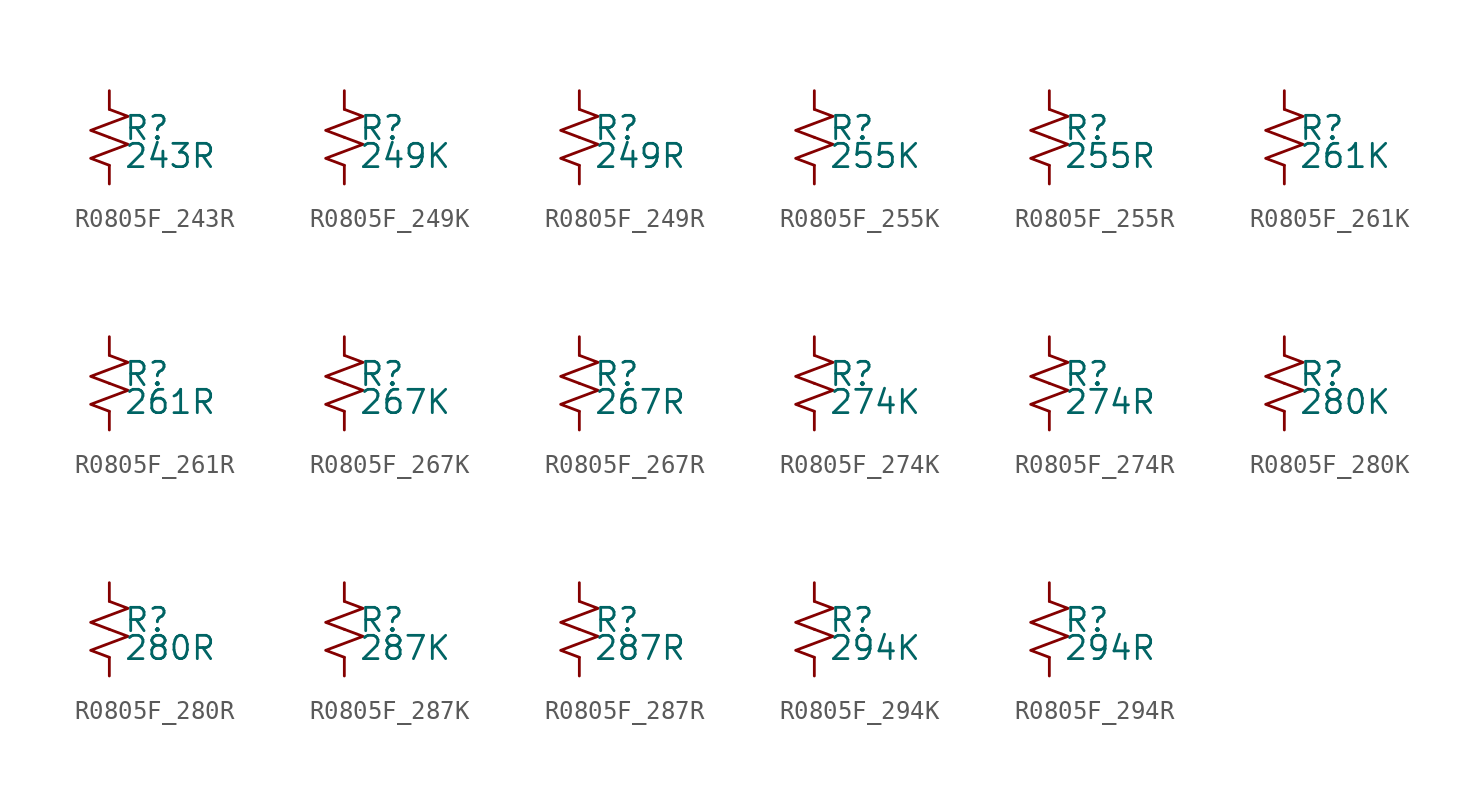
<source format=kicad_sym>
(kicad_symbol_lib
  (version 20220914)
  (generator kicad_symbol_editor)
  (symbol "R0805F_243R"
    (pin_numbers hide)
    (pin_names
      (offset 0.254) hide)
    (property "Reference" "R"
      (at 0.762 0.508 0)
      (effects (font (size 1.27 1.27)) (justify left)))
    (property "Value" "243R"
      (at 0.762 -1.016 0)
      (effects (font (size 1.27 1.27)) (justify left)))
    (symbol "R0805F_243R_1_1"
      (polyline (pts (xy 0 0) (xy 1.016 -0.381) (xy 0 -0.762) (xy -1.016 -1.143) (xy 0 -1.524)) (stroke (width 0) (type default)) (fill (type none)))
      (polyline (pts (xy 0 1.524) (xy 1.016 1.143) (xy 0 0.762) (xy -1.016 0.381) (xy 0 0)) (stroke (width 0) (type default)) (fill (type none)))
      (pin passive line (at 0 2.54 270) (length 1.016) (name "~" (effects (font (size 1.27 1.27)))) (number "1" (effects (font (size 1.27 1.27)))))
      (pin passive line (at 0 -2.54 90) (length 1.016) (name "~" (effects (font (size 1.27 1.27)))) (number "2" (effects (font (size 1.27 1.27)))))))
  (symbol "R0805F_249K"
    (pin_numbers hide)
    (pin_names
      (offset 0.254) hide)
    (property "Reference" "R"
      (at 0.762 0.508 0)
      (effects (font (size 1.27 1.27)) (justify left)))
    (property "Value" "249K"
      (at 0.762 -1.016 0)
      (effects (font (size 1.27 1.27)) (justify left)))
    (symbol "R0805F_249K_1_1"
      (polyline (pts (xy 0 0) (xy 1.016 -0.381) (xy 0 -0.762) (xy -1.016 -1.143) (xy 0 -1.524)) (stroke (width 0) (type default)) (fill (type none)))
      (polyline (pts (xy 0 1.524) (xy 1.016 1.143) (xy 0 0.762) (xy -1.016 0.381) (xy 0 0)) (stroke (width 0) (type default)) (fill (type none)))
      (pin passive line (at 0 2.54 270) (length 1.016) (name "~" (effects (font (size 1.27 1.27)))) (number "1" (effects (font (size 1.27 1.27)))))
      (pin passive line (at 0 -2.54 90) (length 1.016) (name "~" (effects (font (size 1.27 1.27)))) (number "2" (effects (font (size 1.27 1.27)))))))
  (symbol "R0805F_249R"
    (pin_numbers hide)
    (pin_names
      (offset 0.254) hide)
    (property "Reference" "R"
      (at 0.762 0.508 0)
      (effects (font (size 1.27 1.27)) (justify left)))
    (property "Value" "249R"
      (at 0.762 -1.016 0)
      (effects (font (size 1.27 1.27)) (justify left)))
    (symbol "R0805F_249R_1_1"
      (polyline (pts (xy 0 0) (xy 1.016 -0.381) (xy 0 -0.762) (xy -1.016 -1.143) (xy 0 -1.524)) (stroke (width 0) (type default)) (fill (type none)))
      (polyline (pts (xy 0 1.524) (xy 1.016 1.143) (xy 0 0.762) (xy -1.016 0.381) (xy 0 0)) (stroke (width 0) (type default)) (fill (type none)))
      (pin passive line (at 0 2.54 270) (length 1.016) (name "~" (effects (font (size 1.27 1.27)))) (number "1" (effects (font (size 1.27 1.27)))))
      (pin passive line (at 0 -2.54 90) (length 1.016) (name "~" (effects (font (size 1.27 1.27)))) (number "2" (effects (font (size 1.27 1.27)))))))
  (symbol "R0805F_255K"
    (pin_numbers hide)
    (pin_names
      (offset 0.254) hide)
    (property "Reference" "R"
      (at 0.762 0.508 0)
      (effects (font (size 1.27 1.27)) (justify left)))
    (property "Value" "255K"
      (at 0.762 -1.016 0)
      (effects (font (size 1.27 1.27)) (justify left)))
    (symbol "R0805F_255K_1_1"
      (polyline (pts (xy 0 0) (xy 1.016 -0.381) (xy 0 -0.762) (xy -1.016 -1.143) (xy 0 -1.524)) (stroke (width 0) (type default)) (fill (type none)))
      (polyline (pts (xy 0 1.524) (xy 1.016 1.143) (xy 0 0.762) (xy -1.016 0.381) (xy 0 0)) (stroke (width 0) (type default)) (fill (type none)))
      (pin passive line (at 0 2.54 270) (length 1.016) (name "~" (effects (font (size 1.27 1.27)))) (number "1" (effects (font (size 1.27 1.27)))))
      (pin passive line (at 0 -2.54 90) (length 1.016) (name "~" (effects (font (size 1.27 1.27)))) (number "2" (effects (font (size 1.27 1.27)))))))
  (symbol "R0805F_255R"
    (pin_numbers hide)
    (pin_names
      (offset 0.254) hide)
    (property "Reference" "R"
      (at 0.762 0.508 0)
      (effects (font (size 1.27 1.27)) (justify left)))
    (property "Value" "255R"
      (at 0.762 -1.016 0)
      (effects (font (size 1.27 1.27)) (justify left)))
    (symbol "R0805F_255R_1_1"
      (polyline (pts (xy 0 0) (xy 1.016 -0.381) (xy 0 -0.762) (xy -1.016 -1.143) (xy 0 -1.524)) (stroke (width 0) (type default)) (fill (type none)))
      (polyline (pts (xy 0 1.524) (xy 1.016 1.143) (xy 0 0.762) (xy -1.016 0.381) (xy 0 0)) (stroke (width 0) (type default)) (fill (type none)))
      (pin passive line (at 0 2.54 270) (length 1.016) (name "~" (effects (font (size 1.27 1.27)))) (number "1" (effects (font (size 1.27 1.27)))))
      (pin passive line (at 0 -2.54 90) (length 1.016) (name "~" (effects (font (size 1.27 1.27)))) (number "2" (effects (font (size 1.27 1.27)))))))
  (symbol "R0805F_261K"
    (pin_numbers hide)
    (pin_names
      (offset 0.254) hide)
    (property "Reference" "R"
      (at 0.762 0.508 0)
      (effects (font (size 1.27 1.27)) (justify left)))
    (property "Value" "261K"
      (at 0.762 -1.016 0)
      (effects (font (size 1.27 1.27)) (justify left)))
    (symbol "R0805F_261K_1_1"
      (polyline (pts (xy 0 0) (xy 1.016 -0.381) (xy 0 -0.762) (xy -1.016 -1.143) (xy 0 -1.524)) (stroke (width 0) (type default)) (fill (type none)))
      (polyline (pts (xy 0 1.524) (xy 1.016 1.143) (xy 0 0.762) (xy -1.016 0.381) (xy 0 0)) (stroke (width 0) (type default)) (fill (type none)))
      (pin passive line (at 0 2.54 270) (length 1.016) (name "~" (effects (font (size 1.27 1.27)))) (number "1" (effects (font (size 1.27 1.27)))))
      (pin passive line (at 0 -2.54 90) (length 1.016) (name "~" (effects (font (size 1.27 1.27)))) (number "2" (effects (font (size 1.27 1.27)))))))
  (symbol "R0805F_261R"
    (pin_numbers hide)
    (pin_names
      (offset 0.254) hide)
    (property "Reference" "R"
      (at 0.762 0.508 0)
      (effects (font (size 1.27 1.27)) (justify left)))
    (property "Value" "261R"
      (at 0.762 -1.016 0)
      (effects (font (size 1.27 1.27)) (justify left)))
    (symbol "R0805F_261R_1_1"
      (polyline (pts (xy 0 0) (xy 1.016 -0.381) (xy 0 -0.762) (xy -1.016 -1.143) (xy 0 -1.524)) (stroke (width 0) (type default)) (fill (type none)))
      (polyline (pts (xy 0 1.524) (xy 1.016 1.143) (xy 0 0.762) (xy -1.016 0.381) (xy 0 0)) (stroke (width 0) (type default)) (fill (type none)))
      (pin passive line (at 0 2.54 270) (length 1.016) (name "~" (effects (font (size 1.27 1.27)))) (number "1" (effects (font (size 1.27 1.27)))))
      (pin passive line (at 0 -2.54 90) (length 1.016) (name "~" (effects (font (size 1.27 1.27)))) (number "2" (effects (font (size 1.27 1.27)))))))
  (symbol "R0805F_267K"
    (pin_numbers hide)
    (pin_names
      (offset 0.254) hide)
    (property "Reference" "R"
      (at 0.762 0.508 0)
      (effects (font (size 1.27 1.27)) (justify left)))
    (property "Value" "267K"
      (at 0.762 -1.016 0)
      (effects (font (size 1.27 1.27)) (justify left)))
    (symbol "R0805F_267K_1_1"
      (polyline (pts (xy 0 0) (xy 1.016 -0.381) (xy 0 -0.762) (xy -1.016 -1.143) (xy 0 -1.524)) (stroke (width 0) (type default)) (fill (type none)))
      (polyline (pts (xy 0 1.524) (xy 1.016 1.143) (xy 0 0.762) (xy -1.016 0.381) (xy 0 0)) (stroke (width 0) (type default)) (fill (type none)))
      (pin passive line (at 0 2.54 270) (length 1.016) (name "~" (effects (font (size 1.27 1.27)))) (number "1" (effects (font (size 1.27 1.27)))))
      (pin passive line (at 0 -2.54 90) (length 1.016) (name "~" (effects (font (size 1.27 1.27)))) (number "2" (effects (font (size 1.27 1.27)))))))
  (symbol "R0805F_267R"
    (pin_numbers hide)
    (pin_names
      (offset 0.254) hide)
    (property "Reference" "R"
      (at 0.762 0.508 0)
      (effects (font (size 1.27 1.27)) (justify left)))
    (property "Value" "267R"
      (at 0.762 -1.016 0)
      (effects (font (size 1.27 1.27)) (justify left)))
    (symbol "R0805F_267R_1_1"
      (polyline (pts (xy 0 0) (xy 1.016 -0.381) (xy 0 -0.762) (xy -1.016 -1.143) (xy 0 -1.524)) (stroke (width 0) (type default)) (fill (type none)))
      (polyline (pts (xy 0 1.524) (xy 1.016 1.143) (xy 0 0.762) (xy -1.016 0.381) (xy 0 0)) (stroke (width 0) (type default)) (fill (type none)))
      (pin passive line (at 0 2.54 270) (length 1.016) (name "~" (effects (font (size 1.27 1.27)))) (number "1" (effects (font (size 1.27 1.27)))))
      (pin passive line (at 0 -2.54 90) (length 1.016) (name "~" (effects (font (size 1.27 1.27)))) (number "2" (effects (font (size 1.27 1.27)))))))
  (symbol "R0805F_274K"
    (pin_numbers hide)
    (pin_names
      (offset 0.254) hide)
    (property "Reference" "R"
      (at 0.762 0.508 0)
      (effects (font (size 1.27 1.27)) (justify left)))
    (property "Value" "274K"
      (at 0.762 -1.016 0)
      (effects (font (size 1.27 1.27)) (justify left)))
    (symbol "R0805F_274K_1_1"
      (polyline (pts (xy 0 0) (xy 1.016 -0.381) (xy 0 -0.762) (xy -1.016 -1.143) (xy 0 -1.524)) (stroke (width 0) (type default)) (fill (type none)))
      (polyline (pts (xy 0 1.524) (xy 1.016 1.143) (xy 0 0.762) (xy -1.016 0.381) (xy 0 0)) (stroke (width 0) (type default)) (fill (type none)))
      (pin passive line (at 0 2.54 270) (length 1.016) (name "~" (effects (font (size 1.27 1.27)))) (number "1" (effects (font (size 1.27 1.27)))))
      (pin passive line (at 0 -2.54 90) (length 1.016) (name "~" (effects (font (size 1.27 1.27)))) (number "2" (effects (font (size 1.27 1.27)))))))
  (symbol "R0805F_274R"
    (pin_numbers hide)
    (pin_names
      (offset 0.254) hide)
    (property "Reference" "R"
      (at 0.762 0.508 0)
      (effects (font (size 1.27 1.27)) (justify left)))
    (property "Value" "274R"
      (at 0.762 -1.016 0)
      (effects (font (size 1.27 1.27)) (justify left)))
    (symbol "R0805F_274R_1_1"
      (polyline (pts (xy 0 0) (xy 1.016 -0.381) (xy 0 -0.762) (xy -1.016 -1.143) (xy 0 -1.524)) (stroke (width 0) (type default)) (fill (type none)))
      (polyline (pts (xy 0 1.524) (xy 1.016 1.143) (xy 0 0.762) (xy -1.016 0.381) (xy 0 0)) (stroke (width 0) (type default)) (fill (type none)))
      (pin passive line (at 0 2.54 270) (length 1.016) (name "~" (effects (font (size 1.27 1.27)))) (number "1" (effects (font (size 1.27 1.27)))))
      (pin passive line (at 0 -2.54 90) (length 1.016) (name "~" (effects (font (size 1.27 1.27)))) (number "2" (effects (font (size 1.27 1.27)))))))
  (symbol "R0805F_280K"
    (pin_numbers hide)
    (pin_names
      (offset 0.254) hide)
    (property "Reference" "R"
      (at 0.762 0.508 0)
      (effects (font (size 1.27 1.27)) (justify left)))
    (property "Value" "280K"
      (at 0.762 -1.016 0)
      (effects (font (size 1.27 1.27)) (justify left)))
    (symbol "R0805F_280K_1_1"
      (polyline (pts (xy 0 0) (xy 1.016 -0.381) (xy 0 -0.762) (xy -1.016 -1.143) (xy 0 -1.524)) (stroke (width 0) (type default)) (fill (type none)))
      (polyline (pts (xy 0 1.524) (xy 1.016 1.143) (xy 0 0.762) (xy -1.016 0.381) (xy 0 0)) (stroke (width 0) (type default)) (fill (type none)))
      (pin passive line (at 0 2.54 270) (length 1.016) (name "~" (effects (font (size 1.27 1.27)))) (number "1" (effects (font (size 1.27 1.27)))))
      (pin passive line (at 0 -2.54 90) (length 1.016) (name "~" (effects (font (size 1.27 1.27)))) (number "2" (effects (font (size 1.27 1.27)))))))
  (symbol "R0805F_280R"
    (pin_numbers hide)
    (pin_names
      (offset 0.254) hide)
    (property "Reference" "R"
      (at 0.762 0.508 0)
      (effects (font (size 1.27 1.27)) (justify left)))
    (property "Value" "280R"
      (at 0.762 -1.016 0)
      (effects (font (size 1.27 1.27)) (justify left)))
    (symbol "R0805F_280R_1_1"
      (polyline (pts (xy 0 0) (xy 1.016 -0.381) (xy 0 -0.762) (xy -1.016 -1.143) (xy 0 -1.524)) (stroke (width 0) (type default)) (fill (type none)))
      (polyline (pts (xy 0 1.524) (xy 1.016 1.143) (xy 0 0.762) (xy -1.016 0.381) (xy 0 0)) (stroke (width 0) (type default)) (fill (type none)))
      (pin passive line (at 0 2.54 270) (length 1.016) (name "~" (effects (font (size 1.27 1.27)))) (number "1" (effects (font (size 1.27 1.27)))))
      (pin passive line (at 0 -2.54 90) (length 1.016) (name "~" (effects (font (size 1.27 1.27)))) (number "2" (effects (font (size 1.27 1.27)))))))
  (symbol "R0805F_287K"
    (pin_numbers hide)
    (pin_names
      (offset 0.254) hide)
    (property "Reference" "R"
      (at 0.762 0.508 0)
      (effects (font (size 1.27 1.27)) (justify left)))
    (property "Value" "287K"
      (at 0.762 -1.016 0)
      (effects (font (size 1.27 1.27)) (justify left)))
    (symbol "R0805F_287K_1_1"
      (polyline (pts (xy 0 0) (xy 1.016 -0.381) (xy 0 -0.762) (xy -1.016 -1.143) (xy 0 -1.524)) (stroke (width 0) (type default)) (fill (type none)))
      (polyline (pts (xy 0 1.524) (xy 1.016 1.143) (xy 0 0.762) (xy -1.016 0.381) (xy 0 0)) (stroke (width 0) (type default)) (fill (type none)))
      (pin passive line (at 0 2.54 270) (length 1.016) (name "~" (effects (font (size 1.27 1.27)))) (number "1" (effects (font (size 1.27 1.27)))))
      (pin passive line (at 0 -2.54 90) (length 1.016) (name "~" (effects (font (size 1.27 1.27)))) (number "2" (effects (font (size 1.27 1.27)))))))
  (symbol "R0805F_287R"
    (pin_numbers hide)
    (pin_names
      (offset 0.254) hide)
    (property "Reference" "R"
      (at 0.762 0.508 0)
      (effects (font (size 1.27 1.27)) (justify left)))
    (property "Value" "287R"
      (at 0.762 -1.016 0)
      (effects (font (size 1.27 1.27)) (justify left)))
    (symbol "R0805F_287R_1_1"
      (polyline (pts (xy 0 0) (xy 1.016 -0.381) (xy 0 -0.762) (xy -1.016 -1.143) (xy 0 -1.524)) (stroke (width 0) (type default)) (fill (type none)))
      (polyline (pts (xy 0 1.524) (xy 1.016 1.143) (xy 0 0.762) (xy -1.016 0.381) (xy 0 0)) (stroke (width 0) (type default)) (fill (type none)))
      (pin passive line (at 0 2.54 270) (length 1.016) (name "~" (effects (font (size 1.27 1.27)))) (number "1" (effects (font (size 1.27 1.27)))))
      (pin passive line (at 0 -2.54 90) (length 1.016) (name "~" (effects (font (size 1.27 1.27)))) (number "2" (effects (font (size 1.27 1.27)))))))
  (symbol "R0805F_294K"
    (pin_numbers hide)
    (pin_names
      (offset 0.254) hide)
    (property "Reference" "R"
      (at 0.762 0.508 0)
      (effects (font (size 1.27 1.27)) (justify left)))
    (property "Value" "294K"
      (at 0.762 -1.016 0)
      (effects (font (size 1.27 1.27)) (justify left)))
    (symbol "R0805F_294K_1_1"
      (polyline (pts (xy 0 0) (xy 1.016 -0.381) (xy 0 -0.762) (xy -1.016 -1.143) (xy 0 -1.524)) (stroke (width 0) (type default)) (fill (type none)))
      (polyline (pts (xy 0 1.524) (xy 1.016 1.143) (xy 0 0.762) (xy -1.016 0.381) (xy 0 0)) (stroke (width 0) (type default)) (fill (type none)))
      (pin passive line (at 0 2.54 270) (length 1.016) (name "~" (effects (font (size 1.27 1.27)))) (number "1" (effects (font (size 1.27 1.27)))))
      (pin passive line (at 0 -2.54 90) (length 1.016) (name "~" (effects (font (size 1.27 1.27)))) (number "2" (effects (font (size 1.27 1.27)))))))
  (symbol "R0805F_294R"
    (pin_numbers hide)
    (pin_names
      (offset 0.254) hide)
    (property "Reference" "R"
      (at 0.762 0.508 0)
      (effects (font (size 1.27 1.27)) (justify left)))
    (property "Value" "294R"
      (at 0.762 -1.016 0)
      (effects (font (size 1.27 1.27)) (justify left)))
    (symbol "R0805F_294R_1_1"
      (polyline (pts (xy 0 0) (xy 1.016 -0.381) (xy 0 -0.762) (xy -1.016 -1.143) (xy 0 -1.524)) (stroke (width 0) (type default)) (fill (type none)))
      (polyline (pts (xy 0 1.524) (xy 1.016 1.143) (xy 0 0.762) (xy -1.016 0.381) (xy 0 0)) (stroke (width 0) (type default)) (fill (type none)))
      (pin passive line (at 0 2.54 270) (length 1.016) (name "~" (effects (font (size 1.27 1.27)))) (number "1" (effects (font (size 1.27 1.27)))))
      (pin passive line (at 0 -2.54 90) (length 1.016) (name "~" (effects (font (size 1.27 1.27)))) (number "2" (effects (font (size 1.27 1.27))))))))
</source>
